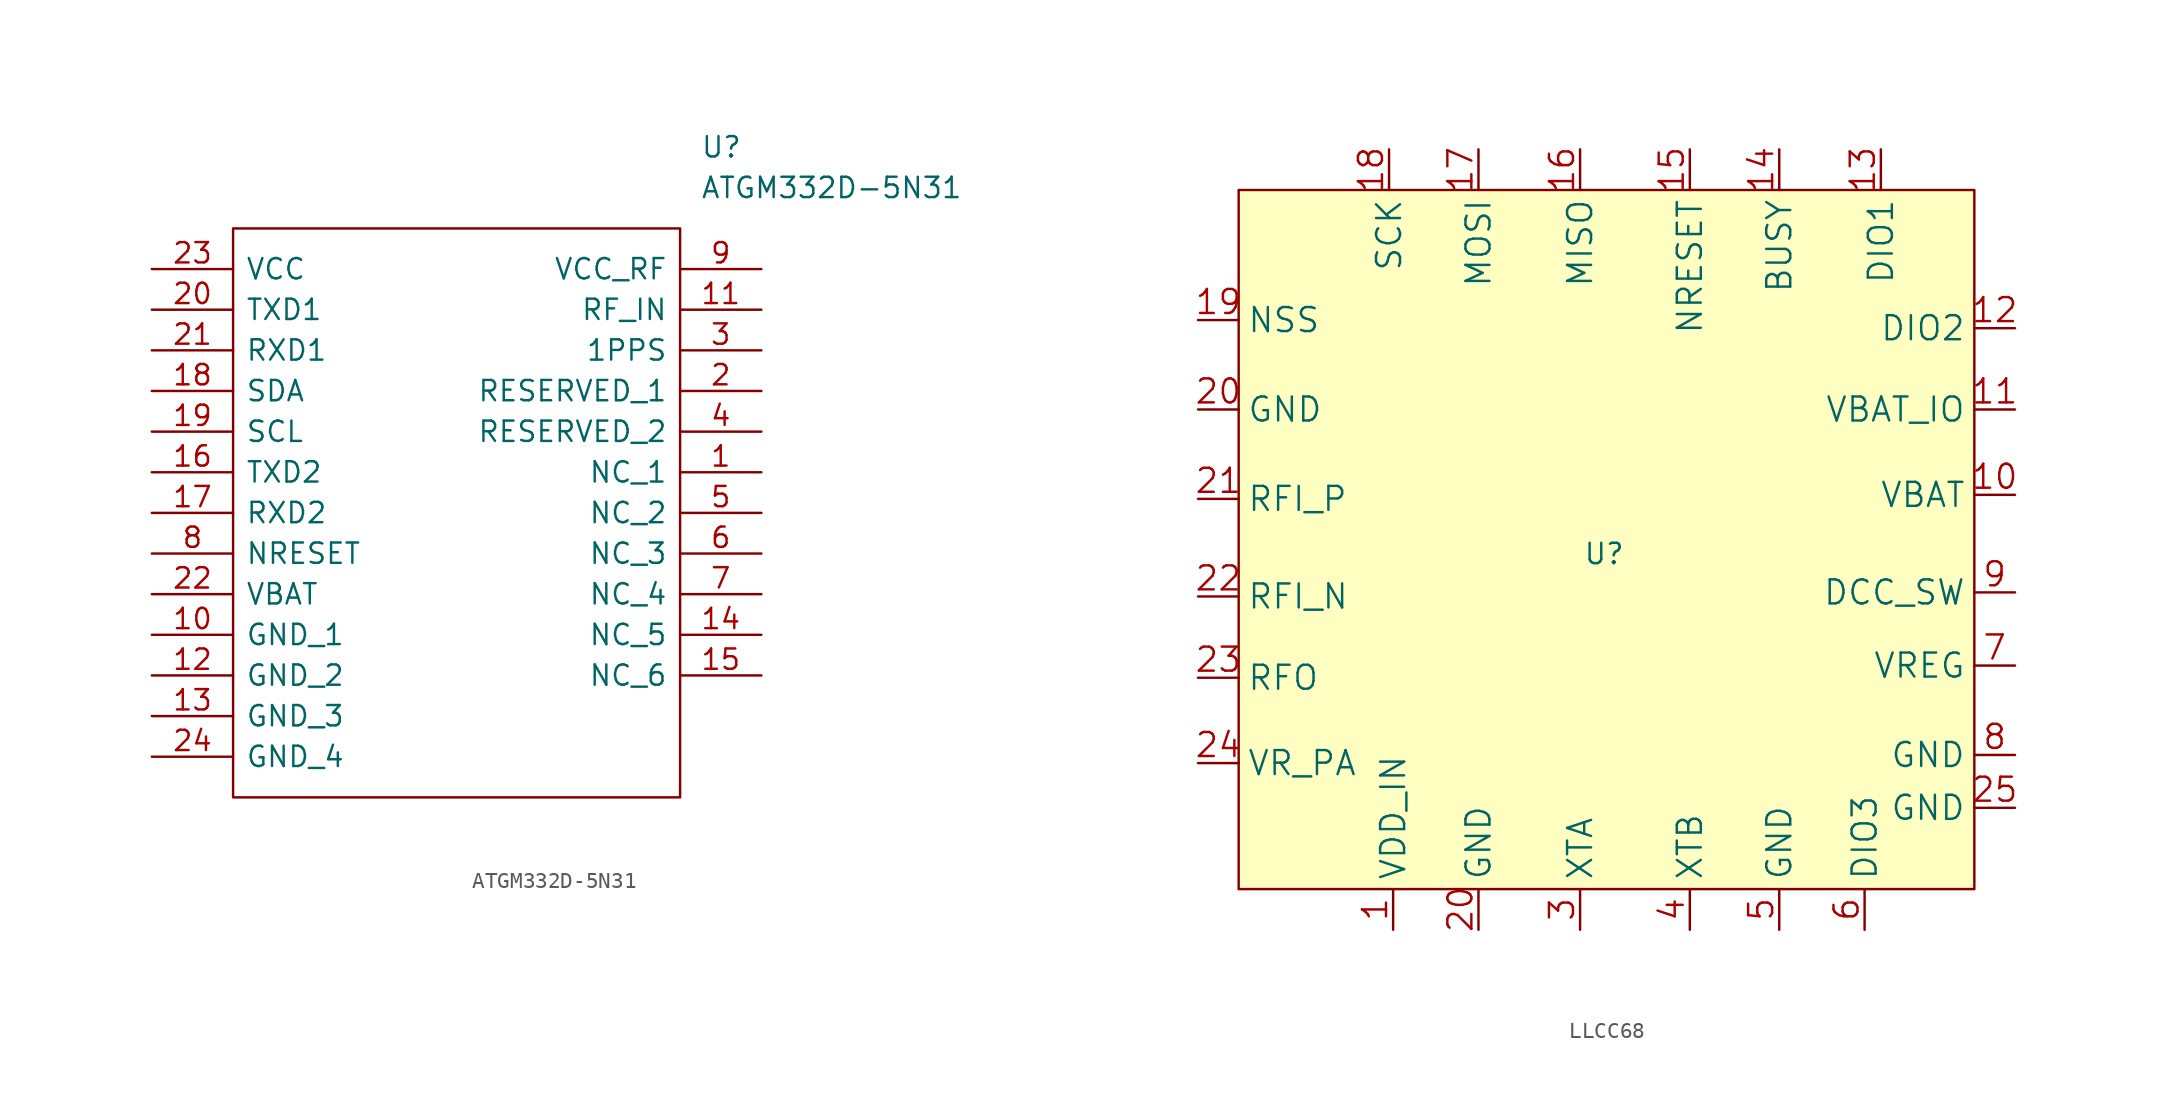
<source format=kicad_sym>
(kicad_symbol_lib
  (version 20231120)
  (generator "kicad_symbol_editor")
  (generator_version "8.0")
  (symbol "ATGM332D-5N31"
    (pin_names
      (offset 0.762))
    (property "Reference" "U"
      (at 34.29 7.62 0)
      (effects (font (size 1.27 1.27)) (justify left)))
    (property "Value" "ATGM332D-5N31"
      (at 34.29 5.08 0)
      (effects (font (size 1.27 1.27)) (justify left)))
    (symbol "ATGM332D-5N31_0_0"
      (pin passive line (at 38.1 -12.7 180) (length 5.08) (name "NC_1" (effects (font (size 1.27 1.27)))) (number "1" (effects (font (size 1.27 1.27)))))
      (pin passive line (at 0 -22.86 0) (length 5.08) (name "GND_1" (effects (font (size 1.27 1.27)))) (number "10" (effects (font (size 1.27 1.27)))))
      (pin passive line (at 38.1 -2.54 180) (length 5.08) (name "RF_IN" (effects (font (size 1.27 1.27)))) (number "11" (effects (font (size 1.27 1.27)))))
      (pin passive line (at 0 -25.4 0) (length 5.08) (name "GND_2" (effects (font (size 1.27 1.27)))) (number "12" (effects (font (size 1.27 1.27)))))
      (pin passive line (at 0 -27.94 0) (length 5.08) (name "GND_3" (effects (font (size 1.27 1.27)))) (number "13" (effects (font (size 1.27 1.27)))))
      (pin passive line (at 38.1 -22.86 180) (length 5.08) (name "NC_5" (effects (font (size 1.27 1.27)))) (number "14" (effects (font (size 1.27 1.27)))))
      (pin passive line (at 38.1 -25.4 180) (length 5.08) (name "NC_6" (effects (font (size 1.27 1.27)))) (number "15" (effects (font (size 1.27 1.27)))))
      (pin passive line (at 0 -12.7 0) (length 5.08) (name "TXD2" (effects (font (size 1.27 1.27)))) (number "16" (effects (font (size 1.27 1.27)))))
      (pin passive line (at 0 -15.24 0) (length 5.08) (name "RXD2" (effects (font (size 1.27 1.27)))) (number "17" (effects (font (size 1.27 1.27)))))
      (pin passive line (at 0 -7.62 0) (length 5.08) (name "SDA" (effects (font (size 1.27 1.27)))) (number "18" (effects (font (size 1.27 1.27)))))
      (pin passive line (at 0 -10.16 0) (length 5.08) (name "SCL" (effects (font (size 1.27 1.27)))) (number "19" (effects (font (size 1.27 1.27)))))
      (pin passive line (at 38.1 -7.62 180) (length 5.08) (name "RESERVED_1" (effects (font (size 1.27 1.27)))) (number "2" (effects (font (size 1.27 1.27)))))
      (pin passive line (at 0 -2.54 0) (length 5.08) (name "TXD1" (effects (font (size 1.27 1.27)))) (number "20" (effects (font (size 1.27 1.27)))))
      (pin passive line (at 0 -5.08 0) (length 5.08) (name "RXD1" (effects (font (size 1.27 1.27)))) (number "21" (effects (font (size 1.27 1.27)))))
      (pin passive line (at 0 -20.32 0) (length 5.08) (name "VBAT" (effects (font (size 1.27 1.27)))) (number "22" (effects (font (size 1.27 1.27)))))
      (pin passive line (at 0 0 0) (length 5.08) (name "VCC" (effects (font (size 1.27 1.27)))) (number "23" (effects (font (size 1.27 1.27)))))
      (pin passive line (at 0 -30.48 0) (length 5.08) (name "GND_4" (effects (font (size 1.27 1.27)))) (number "24" (effects (font (size 1.27 1.27)))))
      (pin passive line (at 38.1 -5.08 180) (length 5.08) (name "1PPS" (effects (font (size 1.27 1.27)))) (number "3" (effects (font (size 1.27 1.27)))))
      (pin passive line (at 38.1 -10.16 180) (length 5.08) (name "RESERVED_2" (effects (font (size 1.27 1.27)))) (number "4" (effects (font (size 1.27 1.27)))))
      (pin passive line (at 38.1 -15.24 180) (length 5.08) (name "NC_2" (effects (font (size 1.27 1.27)))) (number "5" (effects (font (size 1.27 1.27)))))
      (pin passive line (at 38.1 -17.78 180) (length 5.08) (name "NC_3" (effects (font (size 1.27 1.27)))) (number "6" (effects (font (size 1.27 1.27)))))
      (pin passive line (at 38.1 -20.32 180) (length 5.08) (name "NC_4" (effects (font (size 1.27 1.27)))) (number "7" (effects (font (size 1.27 1.27)))))
      (pin passive line (at 0 -17.78 0) (length 5.08) (name "NRESET" (effects (font (size 1.27 1.27)))) (number "8" (effects (font (size 1.27 1.27)))))
      (pin passive line (at 38.1 0 180) (length 5.08) (name "VCC_RF" (effects (font (size 1.27 1.27)))) (number "9" (effects (font (size 1.27 1.27))))))
    (symbol "ATGM332D-5N31_0_1"
      (polyline (pts (xy 5.08 2.54) (xy 33.02 2.54) (xy 33.02 -33.02) (xy 5.08 -33.02) (xy 5.08 2.54)) (stroke (width 0.152) (type solid)) (fill (type none)))))
  (symbol "LLCC68"
    (property "Reference" "U"
      (at -1.544 -0.638 0)
      (effects (font (size 1.27 1.27))))
    (property "Value" ""
      (at 0.742 -2.416 0)
      (effects (font (size 1.27 1.27))))
    (symbol "LLCC68_1_1"
      (rectangle (start -24.384 22.098) (end 21.59 -21.59) (stroke (width 0) (type default)) (fill (type background)))
      (pin input line (at -14.732 -24.13 90) (length 2.54) (name "VDD_IN" (effects (font (size 1.5 1.5)))) (number "1" (effects (font (size 1.5 1.5)))))
      (pin input line (at 24.13 3.048 180) (length 2.54) (name "VBAT" (effects (font (size 1.5 1.5)))) (number "10" (effects (font (size 1.5 1.5)))))
      (pin input line (at 24.13 8.382 180) (length 2.54) (name "VBAT_IO" (effects (font (size 1.5 1.5)))) (number "11" (effects (font (size 1.5 1.5)))))
      (pin input line (at 24.13 13.462 180) (length 2.54) (name "DIO2" (effects (font (size 1.5 1.5)))) (number "12" (effects (font (size 1.5 1.5)))))
      (pin input line (at 15.748 24.638 270) (length 2.54) (name "DIO1" (effects (font (size 1.5 1.5)))) (number "13" (effects (font (size 1.5 1.5)))))
      (pin input line (at 9.398 24.638 270) (length 2.54) (name "BUSY" (effects (font (size 1.5 1.5)))) (number "14" (effects (font (size 1.5 1.5)))))
      (pin input line (at 3.81 24.638 270) (length 2.54) (name "NRESET" (effects (font (size 1.5 1.5)))) (number "15" (effects (font (size 1.5 1.5)))))
      (pin input line (at -3.048 24.638 270) (length 2.54) (name "MISO" (effects (font (size 1.5 1.5)))) (number "16" (effects (font (size 1.5 1.5)))))
      (pin input line (at -9.398 24.638 270) (length 2.54) (name "MOSI" (effects (font (size 1.5 1.5)))) (number "17" (effects (font (size 1.5 1.5)))))
      (pin input line (at -14.986 24.638 270) (length 2.54) (name "SCK" (effects (font (size 1.5 1.5)))) (number "18" (effects (font (size 1.5 1.5)))))
      (pin input line (at -26.924 13.97 0) (length 2.54) (name "NSS" (effects (font (size 1.5 1.5)))) (number "19" (effects (font (size 1.5 1.5)))))
      (pin input line (at -26.924 8.382 0) (length 2.54) (name "GND" (effects (font (size 1.5 1.5)))) (number "20" (effects (font (size 1.5 1.5)))))
      (pin input line (at -9.398 -24.13 90) (length 2.54) (name "GND" (effects (font (size 1.5 1.5)))) (number "20" (effects (font (size 1.5 1.5)))))
      (pin input line (at -26.924 2.794 0) (length 2.54) (name "RFI_P" (effects (font (size 1.5 1.5)))) (number "21" (effects (font (size 1.5 1.5)))))
      (pin input line (at -26.924 -3.302 0) (length 2.54) (name "RFI_N" (effects (font (size 1.5 1.5)))) (number "22" (effects (font (size 1.5 1.5)))))
      (pin input line (at -26.924 -8.382 0) (length 2.54) (name "RFO" (effects (font (size 1.5 1.5)))) (number "23" (effects (font (size 1.5 1.5)))))
      (pin input line (at -26.924 -13.716 0) (length 2.54) (name "VR_PA" (effects (font (size 1.5 1.5)))) (number "24" (effects (font (size 1.5 1.5)))))
      (pin input line (at 24.13 -16.51 180) (length 2.54) (name "GND" (effects (font (size 1.5 1.5)))) (number "25" (effects (font (size 1.5 1.5)))))
      (pin input line (at -3.048 -24.13 90) (length 2.54) (name "XTA" (effects (font (size 1.5 1.5)))) (number "3" (effects (font (size 1.5 1.5)))))
      (pin input line (at 3.81 -24.13 90) (length 2.54) (name "XTB" (effects (font (size 1.5 1.5)))) (number "4" (effects (font (size 1.5 1.5)))))
      (pin input line (at 9.398 -24.13 90) (length 2.54) (name "GND" (effects (font (size 1.5 1.5)))) (number "5" (effects (font (size 1.5 1.5)))))
      (pin input line (at 14.732 -24.13 90) (length 2.54) (name "DIO3" (effects (font (size 1.5 1.5)))) (number "6" (effects (font (size 1.5 1.5)))))
      (pin input line (at 24.13 -7.62 180) (length 2.54) (name "VREG" (effects (font (size 1.5 1.5)))) (number "7" (effects (font (size 1.5 1.5)))))
      (pin input line (at 24.13 -13.208 180) (length 2.54) (name "GND" (effects (font (size 1.5 1.5)))) (number "8" (effects (font (size 1.5 1.5)))))
      (pin input line (at 24.13 -3.048 180) (length 2.54) (name "DCC_SW" (effects (font (size 1.5 1.5)))) (number "9" (effects (font (size 1.5 1.5))))))))
</source>
